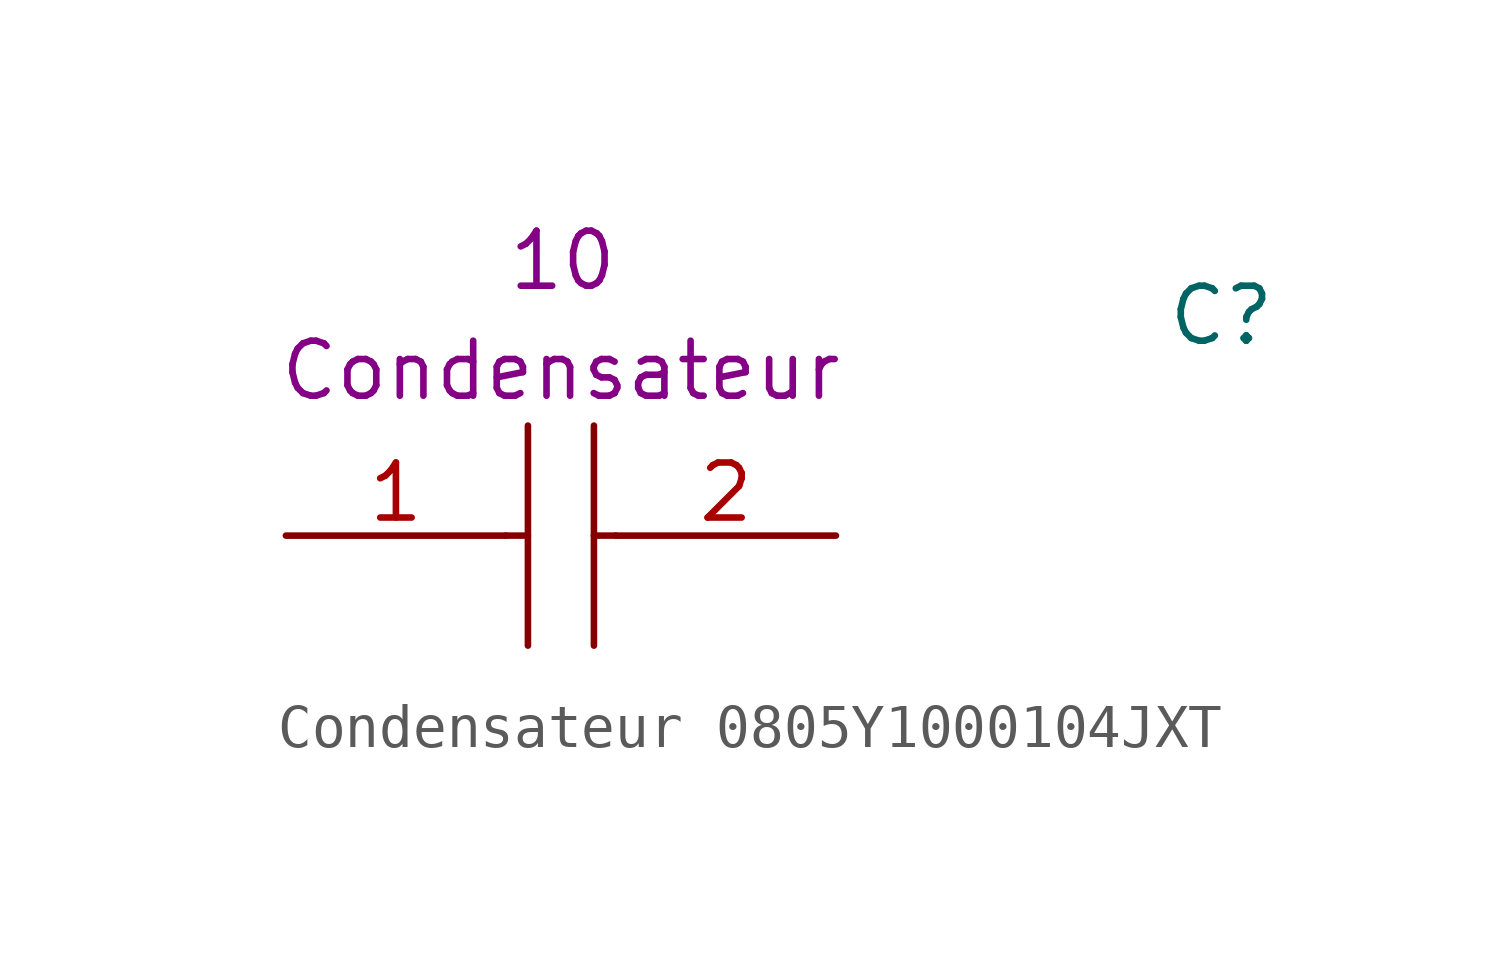
<source format=kicad_sym>
(kicad_symbol_lib
  (version 20211014)
  (generator kicad_symbol_editor)
  (symbol "Condensateur 0805Y1000104JXT"
    (pin_names
      (offset 0.762))
    (property "Reference" "C"
      (at 20.32 5.08 0)
      (effects (font (size 1.27 1.27)) (justify left)))
    (property "Spice_Model" "10"
      (at 5.08 6.35 0)
      (effects (font (size 1.27 1.27)) (justify left)))
    (property "Render Name" "Condensateur"
      (at 6.35 3.81 0)
      (effects (font (size 1.27 1.27))))
    (symbol "Condensateur 0805Y1000104JXT_0_0"
      (pin passive line (at 0 0 0) (length 5.08) (name "~" (effects (font (size 1.27 1.27)))) (number "1" (effects (font (size 1.27 1.27)))))
      (pin passive line (at 12.7 0 180) (length 5.08) (name "~" (effects (font (size 1.27 1.27)))) (number "2" (effects (font (size 1.27 1.27))))))
    (symbol "Condensateur 0805Y1000104JXT_0_1"
      (polyline (pts (xy 5.08 0) (xy 5.588 0)) (stroke (width 0.152) (type default) (color 0 0 0 0)) (fill (type none)))
      (polyline (pts (xy 5.588 2.54) (xy 5.588 -2.54)) (stroke (width 0.152) (type default) (color 0 0 0 0)) (fill (type none)))
      (polyline (pts (xy 7.112 0) (xy 7.62 0)) (stroke (width 0.152) (type default) (color 0 0 0 0)) (fill (type none)))
      (polyline (pts (xy 7.112 2.54) (xy 7.112 -2.54)) (stroke (width 0.152) (type default) (color 0 0 0 0)) (fill (type none))))))
</source>
